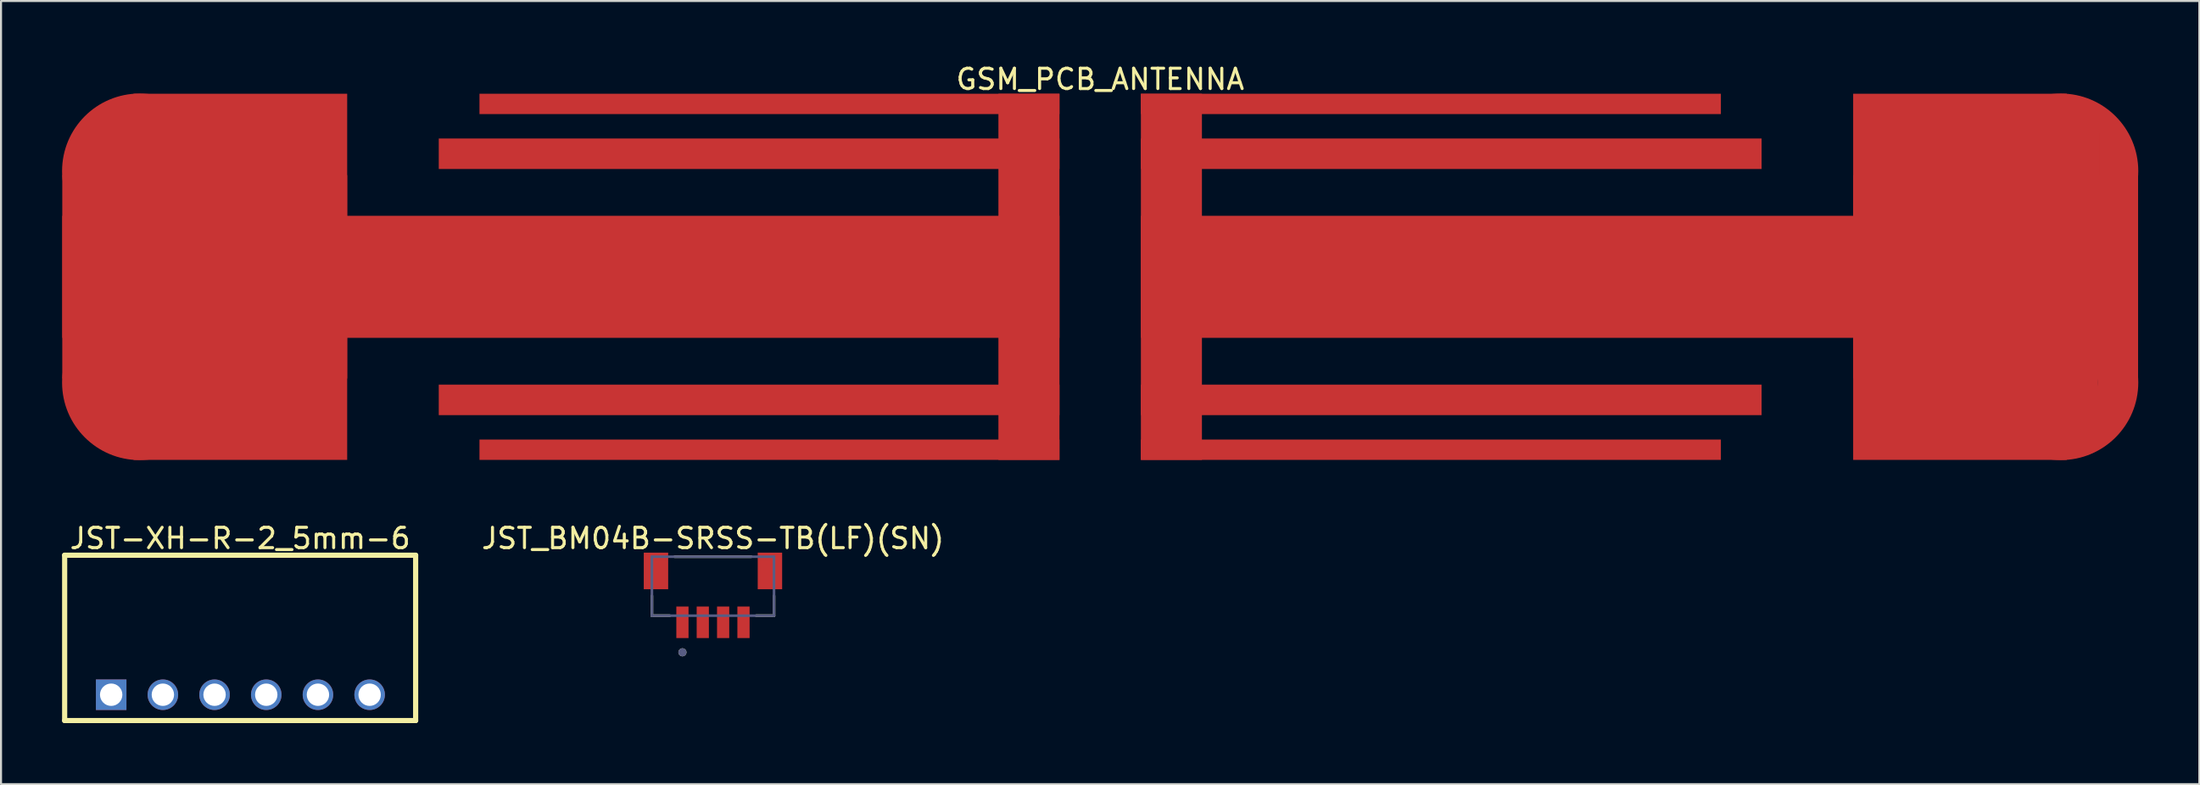
<source format=kicad_pcb>
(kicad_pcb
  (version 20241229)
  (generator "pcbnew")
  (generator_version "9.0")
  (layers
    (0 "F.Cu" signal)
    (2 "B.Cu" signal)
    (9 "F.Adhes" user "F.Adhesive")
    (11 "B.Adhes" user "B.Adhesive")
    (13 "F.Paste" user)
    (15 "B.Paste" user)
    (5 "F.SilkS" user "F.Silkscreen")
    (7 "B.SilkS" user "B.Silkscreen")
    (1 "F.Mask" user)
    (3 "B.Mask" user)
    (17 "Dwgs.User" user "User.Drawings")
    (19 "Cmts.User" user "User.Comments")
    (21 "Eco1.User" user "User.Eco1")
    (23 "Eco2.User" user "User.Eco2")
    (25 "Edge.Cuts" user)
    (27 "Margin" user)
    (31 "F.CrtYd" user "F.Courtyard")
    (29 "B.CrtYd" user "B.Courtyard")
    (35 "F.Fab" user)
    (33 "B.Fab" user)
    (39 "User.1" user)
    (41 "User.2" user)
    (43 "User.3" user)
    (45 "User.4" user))
  (footprint "JST_BM04B-SRSS-TB(LF)(SN)"
    (layer "F.Cu")
    (at 31.983 25.017)
    (property "Reference" "JST_BM04B-SRSS-TB(LF)(SN)" (at 0 -1.6 0) (layer "F.SilkS") (effects (font (size 1 1) (thickness 0.15))))
    (fp_line (start -3 2.2) (end -3 1.22) (stroke (width 0.127) (type solid)) (layer "F.SilkS"))
    (fp_line (start -3 2.2) (end -2.12 2.2) (stroke (width 0.127) (type solid)) (layer "F.SilkS"))
    (fp_line (start -1.88 -0.7) (end 1.88 -0.7) (stroke (width 0.127) (type solid)) (layer "F.SilkS"))
    (fp_line (start 2.12 2.2) (end 3 2.2) (stroke (width 0.127) (type solid)) (layer "F.SilkS"))
    (fp_line (start 3 2.2) (end 3 1.22) (stroke (width 0.127) (type solid)) (layer "F.SilkS"))
    (fp_circle (center -1.5 4) (end -1.5 3.9) (stroke (width 0.2) (type solid)) (fill no) (layer "F.SilkS"))
    (fp_line (start -3.65 -1.15) (end 3.65 -1.15) (stroke (width 0.05) (type solid)) (layer "Eco2.User"))
    (fp_line (start -3.65 3.55) (end -3.65 -1.15) (stroke (width 0.05) (type solid)) (layer "Eco2.User"))
    (fp_line (start -3.65 3.55) (end 3.65 3.55) (stroke (width 0.05) (type solid)) (layer "Eco2.User"))
    (fp_line (start 3.65 3.55) (end 3.65 -1.15) (stroke (width 0.05) (type solid)) (layer "Eco2.User"))
    (fp_line (start -3 -0.7) (end 3 -0.7) (stroke (width 0.127) (type solid)) (layer "B.Fab"))
    (fp_line (start -3 2.2) (end -3 -0.7) (stroke (width 0.127) (type solid)) (layer "B.Fab"))
    (fp_line (start -3 2.2) (end 3 2.2) (stroke (width 0.127) (type solid)) (layer "B.Fab"))
    (fp_line (start 3 2.2) (end 3 -0.7) (stroke (width 0.127) (type solid)) (layer "B.Fab"))
    (fp_circle (center -1.5 4) (end -1.5 3.9) (stroke (width 0.2) (type solid)) (fill no) (layer "B.Fab"))
    (pad "1" smd rect (at -1.5 2.525) (size 0.6 1.55) (layers "F.Cu" "F.Mask" "F.Paste"))
    (pad "2" smd rect (at -0.5 2.525) (size 0.6 1.55) (layers "F.Cu" "F.Mask" "F.Paste"))
    (pad "3" smd rect (at 0.5 2.525) (size 0.6 1.55) (layers "F.Cu" "F.Mask" "F.Paste"))
    (pad "4" smd rect (at 1.5 2.525) (size 0.6 1.55) (layers "F.Cu" "F.Mask" "F.Paste"))
    (pad "S1" smd rect (at -2.8 0) (size 1.2 1.8) (layers "F.Cu" "F.Mask" "F.Paste"))
    (pad "S2" smd rect (at 2.8 0) (size 1.2 1.8) (layers "F.Cu" "F.Mask" "F.Paste")))
  (footprint "JST-XH-R-2_5mm-6"
    (layer "F.Cu")
    (at 8.763 31.102)
    (property "Reference" "JST-XH-R-2_5mm-6" (at -0.013 -7.685 0) (layer "F.SilkS") (effects (font (size 1 1) (thickness 0.15))))
    (fp_line (start -8.636 -6.858) (end 8.611 -6.858) (stroke (width 0.254) (type solid)) (layer "F.SilkS"))
    (fp_line (start -8.636 1.27) (end -8.636 -6.858) (stroke (width 0.254) (type solid)) (layer "F.SilkS"))
    (fp_line (start -8.636 1.27) (end 8.611 1.27) (stroke (width 0.254) (type solid)) (layer "F.SilkS"))
    (fp_line (start 8.611 1.27) (end 8.611 -6.858) (stroke (width 0.254) (type solid)) (layer "F.SilkS"))
    (pad "1" thru_hole rect (at -6.35 0 270) (size 1.5 1.5) (drill 1.1) (layers "*.Cu" "*.Mask"))
    (pad "2" thru_hole circle (at -3.81 0 270) (size 1.5 1.5) (drill 1.1) (layers "*.Cu" "*.Mask"))
    (pad "3" thru_hole circle (at -1.27 0 270) (size 1.5 1.5) (drill 1.1) (layers "*.Cu" "*.Mask"))
    (pad "4" thru_hole circle (at 1.27 0 270) (size 1.5 1.5) (drill 1.1) (layers "*.Cu" "*.Mask"))
    (pad "5" thru_hole circle (at 3.81 0 270) (size 1.5 1.5) (drill 1.1) (layers "*.Cu" "*.Mask"))
    (pad "6" thru_hole circle (at 6.35 0 270) (size 1.5 1.5) (drill 1.1) (layers "*.Cu" "*.Mask")))
  (footprint "GSM_PCB_ANTENNA"
    (layer "F.Cu")
    (at 54.51 10.558)
    (property "Reference" "GSM_PCB_ANTENNA" (at -3.5 -9.71 0) (layer "F.SilkS") (effects (font (size 1 1) (thickness 0.15))))
    (fp_circle (center -50.7 -5.2) (end -50.7 -8.01) (stroke (width 2) (type solid)) (fill no) (layer "F.Cu"))
    (fp_circle (center -50.7 5.2) (end -50.7 2.39) (stroke (width 2) (type solid)) (fill no) (layer "F.Cu"))
    (fp_circle (center 43.7 -5.2) (end 43.7 -8.01) (stroke (width 2) (type solid)) (fill no) (layer "F.Cu"))
    (fp_circle (center 43.7 5.2) (end 43.7 2.39) (stroke (width 2) (type solid)) (fill no) (layer "F.Cu"))
    (pad "1" smd rect (at 0 0 180) (size 2.5 2.5) (layers "F.Cu" "F.Mask" "F.Paste"))
    (pad "1" smd rect (at 0 0) (size 3 18) (layers "F.Cu"))
    (pad "1" smd rect (at 12.75 -8.5) (size 28.5 1) (layers "F.Cu"))
    (pad "1" smd rect (at 12.75 8.5) (size 28.5 1) (layers "F.Cu"))
    (pad "1" smd rect (at 13.75 -6.05) (size 30.5 1.5) (layers "F.Cu"))
    (pad "1" smd rect (at 13.75 6.05) (size 30.5 1.5) (layers "F.Cu"))
    (pad "1" smd rect (at 23 0) (size 49 6) (layers "F.Cu"))
    (pad "1" smd rect (at 38.75 0) (size 10.5 18) (layers "F.Cu"))
    (pad "1" smd rect (at 40.5 0) (size 14 10) (layers "F.Cu"))
    (pad "1" smd rect (at 44.713 5.989) (size 1.621 2.124) (layers "F.Cu"))
    (pad "1" smd rect (at 44.785 -6.039) (size 1.621 2.124) (layers "F.Cu"))
    (pad "2" smd rect (at -51.785 -6.039) (size 1.621 2.124) (layers "F.Cu"))
    (pad "2" smd rect (at -51.713 5.989) (size 1.621 2.124) (layers "F.Cu"))
    (pad "2" smd rect (at -47.5 0) (size 14 10) (layers "F.Cu"))
    (pad "2" smd rect (at -45.75 0) (size 10.5 18) (layers "F.Cu"))
    (pad "2" smd rect (at -30 0) (size 49 6) (layers "F.Cu"))
    (pad "2" smd rect (at -20.75 -6.05) (size 30.5 1.5) (layers "F.Cu"))
    (pad "2" smd rect (at -20.75 6.05) (size 30.5 1.5) (layers "F.Cu"))
    (pad "2" smd rect (at -19.75 -8.5) (size 28.5 1) (layers "F.Cu"))
    (pad "2" smd rect (at -19.75 8.5) (size 28.5 1) (layers "F.Cu"))
    (pad "2" smd rect (at -7 0) (size 2.5 2.5) (layers "F.Cu" "F.Mask" "F.Paste"))
    (pad "2" smd rect (at -7 0) (size 3 18) (layers "F.Cu")))
  (gr_rect
    (start -3 -3)
    (end 105.02 35.498)
    (stroke (width 0.1) (type default))
    (fill no)
    (layer "Edge.Cuts")))
</source>
